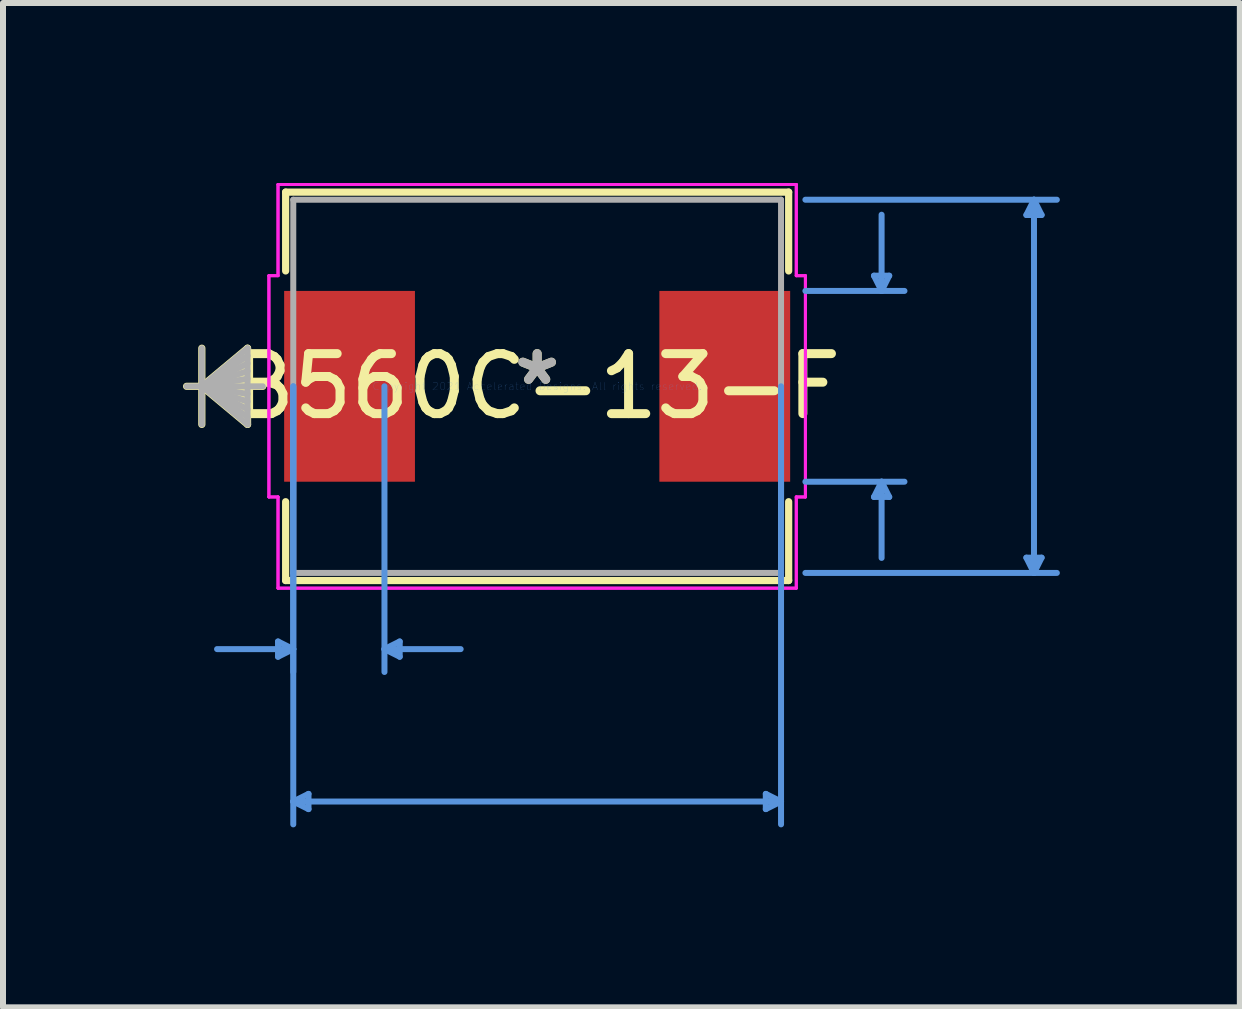
<source format=kicad_pcb>
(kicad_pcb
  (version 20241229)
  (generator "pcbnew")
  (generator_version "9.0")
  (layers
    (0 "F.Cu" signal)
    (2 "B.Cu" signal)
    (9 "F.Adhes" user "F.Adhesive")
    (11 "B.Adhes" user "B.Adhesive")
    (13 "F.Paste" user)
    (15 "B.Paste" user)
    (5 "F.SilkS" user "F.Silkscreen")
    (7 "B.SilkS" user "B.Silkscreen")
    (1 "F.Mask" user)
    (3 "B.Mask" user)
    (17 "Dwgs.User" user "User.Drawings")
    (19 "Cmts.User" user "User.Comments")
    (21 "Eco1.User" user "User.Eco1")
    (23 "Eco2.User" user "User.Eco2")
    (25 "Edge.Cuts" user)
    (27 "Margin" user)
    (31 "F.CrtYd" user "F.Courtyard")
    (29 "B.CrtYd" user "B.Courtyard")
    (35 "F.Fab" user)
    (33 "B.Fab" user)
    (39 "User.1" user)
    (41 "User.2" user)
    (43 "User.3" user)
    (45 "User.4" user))
  (footprint "B560C-13-F"
    (layer "F.Cu")
    (at 5.903 3.389)
    (property "Reference" "B560C-13-F" (at 0 0 0) (layer "F.SilkS") (effects (font (size 1 1) (thickness 0.15))))
    (attr through_hole)
    (fp_line (start -5.589 -0.635) (end -5.589 0.635) (stroke (width 0.12) (type solid)) (layer "F.SilkS"))
    (fp_line (start -5.589 0) (end -4.827 -0.635) (stroke (width 0.12) (type solid)) (layer "F.SilkS"))
    (fp_line (start -5.589 0) (end -4.827 -0.508) (stroke (width 0.12) (type solid)) (layer "F.SilkS"))
    (fp_line (start -5.589 0) (end -4.827 -0.381) (stroke (width 0.12) (type solid)) (layer "F.SilkS"))
    (fp_line (start -5.589 0) (end -4.827 -0.254) (stroke (width 0.12) (type solid)) (layer "F.SilkS"))
    (fp_line (start -5.589 0) (end -4.827 -0.127) (stroke (width 0.12) (type solid)) (layer "F.SilkS"))
    (fp_line (start -5.589 0) (end -4.827 0.127) (stroke (width 0.12) (type solid)) (layer "F.SilkS"))
    (fp_line (start -5.589 0) (end -4.827 0.254) (stroke (width 0.12) (type solid)) (layer "F.SilkS"))
    (fp_line (start -5.589 0) (end -4.827 0.381) (stroke (width 0.12) (type solid)) (layer "F.SilkS"))
    (fp_line (start -5.589 0) (end -4.827 0.508) (stroke (width 0.12) (type solid)) (layer "F.SilkS"))
    (fp_line (start -5.589 0) (end -4.827 0.635) (stroke (width 0.12) (type solid)) (layer "F.SilkS"))
    (fp_line (start -4.827 -0.635) (end -4.827 0.635) (stroke (width 0.12) (type solid)) (layer "F.SilkS"))
    (fp_line (start -4.573 0) (end -5.843 0) (stroke (width 0.12) (type solid)) (layer "F.SilkS"))
    (fp_line (start -4.192 -3.237) (end -4.192 -1.923) (stroke (width 0.12) (type solid)) (layer "F.SilkS"))
    (fp_line (start -4.192 1.923) (end -4.192 3.237) (stroke (width 0.12) (type solid)) (layer "F.SilkS"))
    (fp_line (start -4.192 3.237) (end 4.192 3.237) (stroke (width 0.12) (type solid)) (layer "F.SilkS"))
    (fp_line (start 4.192 -3.237) (end -4.192 -3.237) (stroke (width 0.12) (type solid)) (layer "F.SilkS"))
    (fp_line (start 4.192 -1.923) (end 4.192 -3.237) (stroke (width 0.12) (type solid)) (layer "F.SilkS"))
    (fp_line (start 4.192 3.237) (end 4.192 1.923) (stroke (width 0.12) (type solid)) (layer "F.SilkS"))
    (fp_line (start -4.319 4.253) (end -4.319 4.507) (stroke (width 0.1) (type solid)) (layer "Cmts.User"))
    (fp_line (start -4.065 0) (end -4.065 4.761) (stroke (width 0.1) (type solid)) (layer "Cmts.User"))
    (fp_line (start -4.065 0) (end -4.065 7.301) (stroke (width 0.1) (type solid)) (layer "Cmts.User"))
    (fp_line (start -4.065 4.38) (end -5.335 4.38) (stroke (width 0.1) (type solid)) (layer "Cmts.User"))
    (fp_line (start -4.065 4.38) (end -4.319 4.253) (stroke (width 0.1) (type solid)) (layer "Cmts.User"))
    (fp_line (start -4.065 4.38) (end -4.319 4.507) (stroke (width 0.1) (type solid)) (layer "Cmts.User"))
    (fp_line (start -4.065 6.92) (end -3.811 6.793) (stroke (width 0.1) (type solid)) (layer "Cmts.User"))
    (fp_line (start -4.065 6.92) (end -3.811 7.047) (stroke (width 0.1) (type solid)) (layer "Cmts.User"))
    (fp_line (start -4.065 6.92) (end 4.065 6.92) (stroke (width 0.1) (type solid)) (layer "Cmts.User"))
    (fp_line (start -3.811 6.793) (end -3.811 7.047) (stroke (width 0.1) (type solid)) (layer "Cmts.User"))
    (fp_line (start -2.545 0) (end -2.545 4.761) (stroke (width 0.1) (type solid)) (layer "Cmts.User"))
    (fp_line (start -2.545 4.38) (end -2.291 4.253) (stroke (width 0.1) (type solid)) (layer "Cmts.User"))
    (fp_line (start -2.545 4.38) (end -2.291 4.507) (stroke (width 0.1) (type solid)) (layer "Cmts.User"))
    (fp_line (start -2.545 4.38) (end -1.275 4.38) (stroke (width 0.1) (type solid)) (layer "Cmts.User"))
    (fp_line (start -2.291 4.253) (end -2.291 4.507) (stroke (width 0.1) (type solid)) (layer "Cmts.User"))
    (fp_line (start 3.811 6.793) (end 3.811 7.047) (stroke (width 0.1) (type solid)) (layer "Cmts.User"))
    (fp_line (start 4.065 0) (end 4.065 7.301) (stroke (width 0.1) (type solid)) (layer "Cmts.User"))
    (fp_line (start 4.065 6.92) (end 3.811 6.793) (stroke (width 0.1) (type solid)) (layer "Cmts.User"))
    (fp_line (start 4.065 6.92) (end 3.811 7.047) (stroke (width 0.1) (type solid)) (layer "Cmts.User"))
    (fp_line (start 4.471 -3.11) (end 8.662 -3.11) (stroke (width 0.1) (type solid)) (layer "Cmts.User"))
    (fp_line (start 4.471 -1.59) (end 6.122 -1.59) (stroke (width 0.1) (type solid)) (layer "Cmts.User"))
    (fp_line (start 4.471 1.59) (end 6.122 1.59) (stroke (width 0.1) (type solid)) (layer "Cmts.User"))
    (fp_line (start 4.471 3.11) (end 8.662 3.11) (stroke (width 0.1) (type solid)) (layer "Cmts.User"))
    (fp_line (start 5.614 -1.844) (end 5.868 -1.844) (stroke (width 0.1) (type solid)) (layer "Cmts.User"))
    (fp_line (start 5.614 1.844) (end 5.868 1.844) (stroke (width 0.1) (type solid)) (layer "Cmts.User"))
    (fp_line (start 5.741 -1.59) (end 5.614 -1.844) (stroke (width 0.1) (type solid)) (layer "Cmts.User"))
    (fp_line (start 5.741 -1.59) (end 5.741 -2.86) (stroke (width 0.1) (type solid)) (layer "Cmts.User"))
    (fp_line (start 5.741 -1.59) (end 5.868 -1.844) (stroke (width 0.1) (type solid)) (layer "Cmts.User"))
    (fp_line (start 5.741 1.59) (end 5.614 1.844) (stroke (width 0.1) (type solid)) (layer "Cmts.User"))
    (fp_line (start 5.741 1.59) (end 5.741 2.86) (stroke (width 0.1) (type solid)) (layer "Cmts.User"))
    (fp_line (start 5.741 1.59) (end 5.868 1.844) (stroke (width 0.1) (type solid)) (layer "Cmts.User"))
    (fp_line (start 8.154 -2.856) (end 8.408 -2.856) (stroke (width 0.1) (type solid)) (layer "Cmts.User"))
    (fp_line (start 8.154 2.856) (end 8.408 2.856) (stroke (width 0.1) (type solid)) (layer "Cmts.User"))
    (fp_line (start 8.281 -3.11) (end 8.154 -2.856) (stroke (width 0.1) (type solid)) (layer "Cmts.User"))
    (fp_line (start 8.281 -3.11) (end 8.281 3.11) (stroke (width 0.1) (type solid)) (layer "Cmts.User"))
    (fp_line (start 8.281 -3.11) (end 8.408 -2.856) (stroke (width 0.1) (type solid)) (layer "Cmts.User"))
    (fp_line (start 8.281 3.11) (end 8.154 2.856) (stroke (width 0.1) (type solid)) (layer "Cmts.User"))
    (fp_line (start 8.281 3.11) (end 8.408 2.856) (stroke (width 0.1) (type solid)) (layer "Cmts.User"))
    (fp_line (start -4.471 -1.844) (end -4.319 -1.844) (stroke (width 0.05) (type solid)) (layer "F.CrtYd"))
    (fp_line (start -4.471 -1.844) (end -4.319 -1.844) (stroke (width 0.05) (type solid)) (layer "F.CrtYd"))
    (fp_line (start -4.471 1.844) (end -4.471 -1.844) (stroke (width 0.05) (type solid)) (layer "F.CrtYd"))
    (fp_line (start -4.471 1.844) (end -4.471 -1.844) (stroke (width 0.05) (type solid)) (layer "F.CrtYd"))
    (fp_line (start -4.319 -3.364) (end 4.319 -3.364) (stroke (width 0.05) (type solid)) (layer "F.CrtYd"))
    (fp_line (start -4.319 -3.364) (end 4.319 -3.364) (stroke (width 0.05) (type solid)) (layer "F.CrtYd"))
    (fp_line (start -4.319 -1.844) (end -4.319 -3.364) (stroke (width 0.05) (type solid)) (layer "F.CrtYd"))
    (fp_line (start -4.319 -1.844) (end -4.319 -3.364) (stroke (width 0.05) (type solid)) (layer "F.CrtYd"))
    (fp_line (start -4.319 1.844) (end -4.471 1.844) (stroke (width 0.05) (type solid)) (layer "F.CrtYd"))
    (fp_line (start -4.319 1.844) (end -4.471 1.844) (stroke (width 0.05) (type solid)) (layer "F.CrtYd"))
    (fp_line (start -4.319 3.364) (end -4.319 1.844) (stroke (width 0.05) (type solid)) (layer "F.CrtYd"))
    (fp_line (start -4.319 3.364) (end -4.319 1.844) (stroke (width 0.05) (type solid)) (layer "F.CrtYd"))
    (fp_line (start 4.319 -3.364) (end 4.319 -1.844) (stroke (width 0.05) (type solid)) (layer "F.CrtYd"))
    (fp_line (start 4.319 -3.364) (end 4.319 -1.844) (stroke (width 0.05) (type solid)) (layer "F.CrtYd"))
    (fp_line (start 4.319 -1.844) (end 4.471 -1.844) (stroke (width 0.05) (type solid)) (layer "F.CrtYd"))
    (fp_line (start 4.319 -1.844) (end 4.471 -1.844) (stroke (width 0.05) (type solid)) (layer "F.CrtYd"))
    (fp_line (start 4.319 1.844) (end 4.319 3.364) (stroke (width 0.05) (type solid)) (layer "F.CrtYd"))
    (fp_line (start 4.319 1.844) (end 4.319 3.364) (stroke (width 0.05) (type solid)) (layer "F.CrtYd"))
    (fp_line (start 4.319 3.364) (end -4.319 3.364) (stroke (width 0.05) (type solid)) (layer "F.CrtYd"))
    (fp_line (start 4.319 3.364) (end -4.319 3.364) (stroke (width 0.05) (type solid)) (layer "F.CrtYd"))
    (fp_line (start 4.471 -1.844) (end 4.471 1.844) (stroke (width 0.05) (type solid)) (layer "F.CrtYd"))
    (fp_line (start 4.471 -1.844) (end 4.471 1.844) (stroke (width 0.05) (type solid)) (layer "F.CrtYd"))
    (fp_line (start 4.471 1.844) (end 4.319 1.844) (stroke (width 0.05) (type solid)) (layer "F.CrtYd"))
    (fp_line (start 4.471 1.844) (end 4.319 1.844) (stroke (width 0.05) (type solid)) (layer "F.CrtYd"))
    (fp_line (start -5.589 -0.635) (end -5.589 0.635) (stroke (width 0.1) (type solid)) (layer "F.Fab"))
    (fp_line (start -5.589 0) (end -4.827 -0.635) (stroke (width 0.1) (type solid)) (layer "F.Fab"))
    (fp_line (start -5.589 0) (end -4.827 -0.508) (stroke (width 0.1) (type solid)) (layer "F.Fab"))
    (fp_line (start -5.589 0) (end -4.827 -0.381) (stroke (width 0.1) (type solid)) (layer "F.Fab"))
    (fp_line (start -5.589 0) (end -4.827 -0.254) (stroke (width 0.1) (type solid)) (layer "F.Fab"))
    (fp_line (start -5.589 0) (end -4.827 -0.127) (stroke (width 0.1) (type solid)) (layer "F.Fab"))
    (fp_line (start -5.589 0) (end -4.827 0.127) (stroke (width 0.1) (type solid)) (layer "F.Fab"))
    (fp_line (start -5.589 0) (end -4.827 0.254) (stroke (width 0.1) (type solid)) (layer "F.Fab"))
    (fp_line (start -5.589 0) (end -4.827 0.381) (stroke (width 0.1) (type solid)) (layer "F.Fab"))
    (fp_line (start -5.589 0) (end -4.827 0.508) (stroke (width 0.1) (type solid)) (layer "F.Fab"))
    (fp_line (start -5.589 0) (end -4.827 0.635) (stroke (width 0.1) (type solid)) (layer "F.Fab"))
    (fp_line (start -4.827 -0.635) (end -4.827 0.635) (stroke (width 0.1) (type solid)) (layer "F.Fab"))
    (fp_line (start -4.573 0) (end -5.843 0) (stroke (width 0.1) (type solid)) (layer "F.Fab"))
    (fp_line (start -4.065 -3.11) (end -4.065 3.11) (stroke (width 0.1) (type solid)) (layer "F.Fab"))
    (fp_line (start -4.065 3.11) (end 4.065 3.11) (stroke (width 0.1) (type solid)) (layer "F.Fab"))
    (fp_line (start 4.065 -3.11) (end -4.065 -3.11) (stroke (width 0.1) (type solid)) (layer "F.Fab"))
    (fp_line (start 4.065 3.11) (end 4.065 -3.11) (stroke (width 0.1) (type solid)) (layer "F.Fab"))
    (fp_text user "*" (at 0 0 0) (layer "F.SilkS") (effects (font (size 1 1) (thickness 0.15))))
    (fp_text user "Copyright 2021 Accelerated Designs. All rights reserved." (at 0 0 0) (layer "Cmts.User") (effects (font (size 0.127 0.127) (thickness 0.002))))
    (fp_text user "*" (at 0 0 0) (layer "F.Fab") (effects (font (size 1 1) (thickness 0.15))))
    (pad "1" smd rect (at -3.127 0 90) (size 3.18 2.18) (layers "F.Cu" "F.Mask" "F.Paste"))
    (pad "2" smd rect (at 3.127 0 90) (size 3.18 2.18) (layers "F.Cu" "F.Mask" "F.Paste")))
  (gr_rect
    (start -3 -3)
    (end 17.615 13.74)
    (stroke (width 0.1) (type default))
    (fill no)
    (layer "Edge.Cuts")))
</source>
